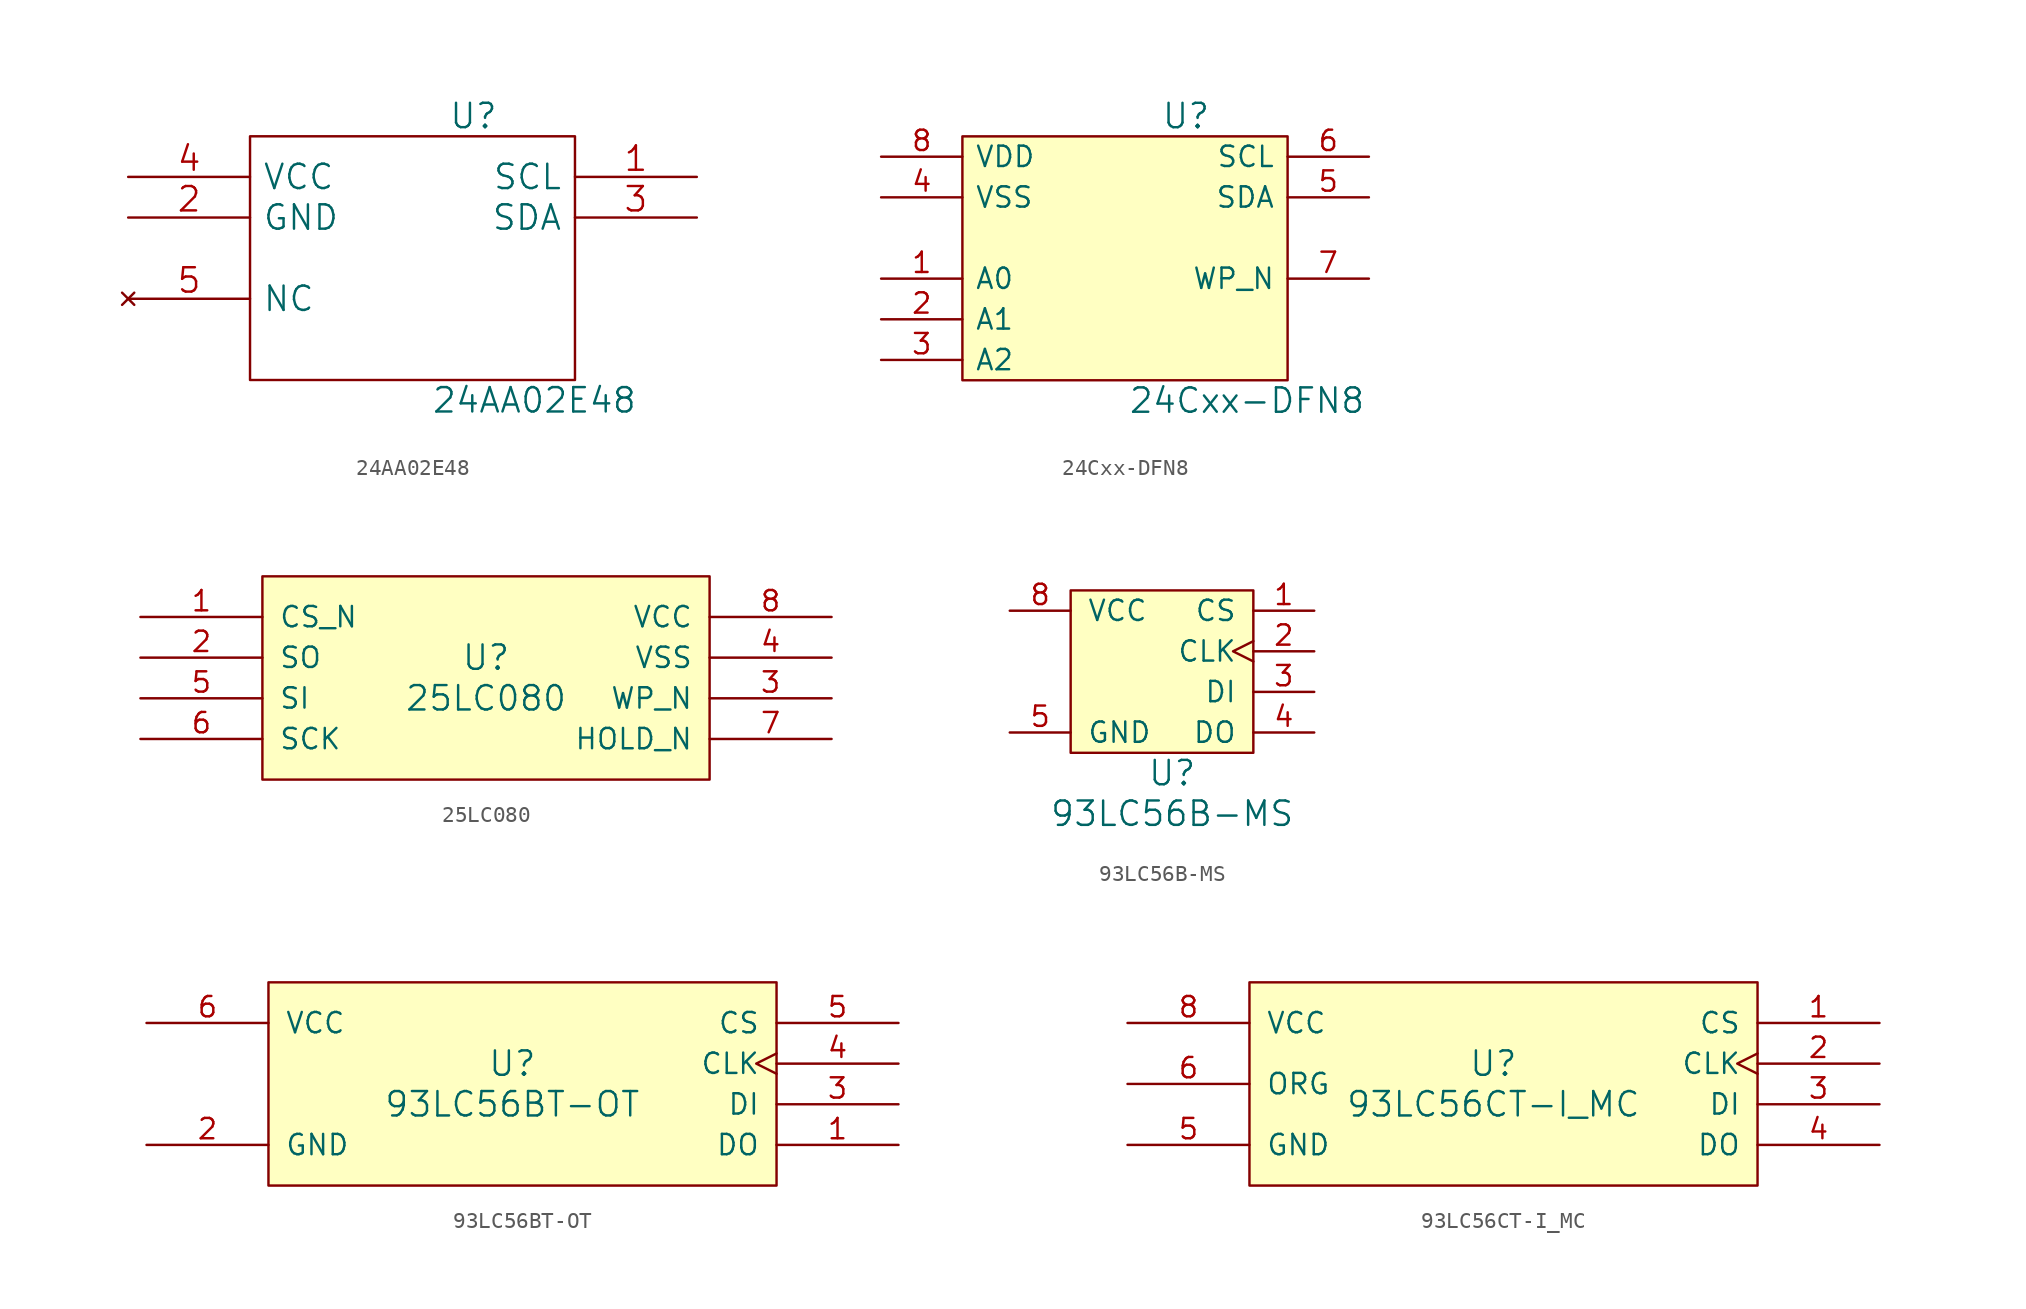
<source format=kicad_sym>
(kicad_symbol_lib
  (version 20211014)
  (generator kicad_symbol_editor)
  (symbol "24AA02E48"
    (pin_names
      (offset 0.762))
    (property "Reference" "U"
      (at 3.81 8.89 0)
      (effects (font (size 1.524 1.524))))
    (property "Value" "24AA02E48"
      (at 7.62 -8.89 0)
      (effects (font (size 1.524 1.524))))
    (property "Footprint" ""
      (at 0 0 0)
      (effects (font (size 1.524 1.524))))
    (property "Datasheet" ""
      (at 0 0 0)
      (effects (font (size 1.524 1.524))))
    (symbol "24AA02E48_0_0"
      (pin power_in line (at -17.78 2.54 0) (length 7.62) (name "GND" (effects (font (size 1.524 1.524)))) (number "2" (effects (font (size 1.524 1.524)))))
      (pin power_in line (at -17.78 5.08 0) (length 7.62) (name "VCC" (effects (font (size 1.524 1.524)))) (number "4" (effects (font (size 1.524 1.524))))))
    (symbol "24AA02E48_1_1"
      (rectangle (start -10.16 -7.62) (end 10.16 7.62) (stroke (width 0) (type default) (color 0 0 0 0)) (fill (type none)))
      (pin input line (at 17.78 5.08 180) (length 7.62) (name "SCL" (effects (font (size 1.524 1.524)))) (number "1" (effects (font (size 1.524 1.524)))))
      (pin bidirectional line (at 17.78 2.54 180) (length 7.62) (name "SDA" (effects (font (size 1.524 1.524)))) (number "3" (effects (font (size 1.524 1.524)))))
      (pin no_connect line (at -17.78 -2.54 0) (length 7.62) (name "NC" (effects (font (size 1.524 1.524)))) (number "5" (effects (font (size 1.524 1.524)))))))
  (symbol "24Cxx-DFN8"
    (pin_names
      (offset 0.762))
    (property "Reference" "U"
      (at 13.97 16.51 0)
      (effects (font (size 1.524 1.524))))
    (property "Value" "24Cxx-DFN8"
      (at 17.78 -1.27 0)
      (effects (font (size 1.524 1.524))))
    (property "Footprint" ""
      (at 10.16 7.62 0)
      (effects (font (size 1.524 1.524))))
    (property "Datasheet" ""
      (at 10.16 7.62 0)
      (effects (font (size 1.524 1.524))))
    (symbol "24Cxx-DFN8_1_1"
      (rectangle (start 0 0) (end 20.32 15.24) (stroke (width 0) (type default) (color 0 0 0 0)) (fill (type background)))
      (pin input line (at -5.08 6.35 0) (length 5.08) (name "A0" (effects (font (size 1.27 1.27)))) (number "1" (effects (font (size 1.27 1.27)))))
      (pin input line (at -5.08 3.81 0) (length 5.08) (name "A1" (effects (font (size 1.27 1.27)))) (number "2" (effects (font (size 1.27 1.27)))))
      (pin input line (at -5.08 1.27 0) (length 5.08) (name "A2" (effects (font (size 1.27 1.27)))) (number "3" (effects (font (size 1.27 1.27)))))
      (pin power_in line (at -5.08 11.43 0) (length 5.08) (name "VSS" (effects (font (size 1.27 1.27)))) (number "4" (effects (font (size 1.27 1.27)))))
      (pin bidirectional line (at 25.4 11.43 180) (length 5.08) (name "SDA" (effects (font (size 1.27 1.27)))) (number "5" (effects (font (size 1.27 1.27)))))
      (pin input line (at 25.4 13.97 180) (length 5.08) (name "SCL" (effects (font (size 1.27 1.27)))) (number "6" (effects (font (size 1.27 1.27)))))
      (pin input line (at 25.4 6.35 180) (length 5.08) (name "WP_N" (effects (font (size 1.27 1.27)))) (number "7" (effects (font (size 1.27 1.27)))))
      (pin power_in line (at -5.08 13.97 0) (length 5.08) (name "VDD" (effects (font (size 1.27 1.27)))) (number "8" (effects (font (size 1.27 1.27)))))))
  (symbol "25LC080"
    (pin_names
      (offset 1.016))
    (property "Reference" "U"
      (at 0 1.27 0)
      (effects (font (size 1.524 1.524))))
    (property "Value" "25LC080"
      (at 0 -1.27 0)
      (effects (font (size 1.524 1.524))))
    (property "Footprint" ""
      (at 0 0 0)
      (effects (font (size 1.524 1.524))))
    (property "Datasheet" ""
      (at 0 0 0)
      (effects (font (size 1.524 1.524))))
    (symbol "25LC080_0_1"
      (rectangle (start -13.97 6.35) (end 13.97 -6.35) (stroke (width 0) (type default) (color 0 0 0 0)) (fill (type background))))
    (symbol "25LC080_1_1"
      (pin input line (at -21.59 3.81 0) (length 7.62) (name "CS_N" (effects (font (size 1.27 1.27)))) (number "1" (effects (font (size 1.27 1.27)))))
      (pin output line (at -21.59 1.27 0) (length 7.62) (name "SO" (effects (font (size 1.27 1.27)))) (number "2" (effects (font (size 1.27 1.27)))))
      (pin input line (at 21.59 -1.27 180) (length 7.62) (name "WP_N" (effects (font (size 1.27 1.27)))) (number "3" (effects (font (size 1.27 1.27)))))
      (pin power_in line (at 21.59 1.27 180) (length 7.62) (name "VSS" (effects (font (size 1.27 1.27)))) (number "4" (effects (font (size 1.27 1.27)))))
      (pin input line (at -21.59 -1.27 0) (length 7.62) (name "SI" (effects (font (size 1.27 1.27)))) (number "5" (effects (font (size 1.27 1.27)))))
      (pin input line (at -21.59 -3.81 0) (length 7.62) (name "SCK" (effects (font (size 1.27 1.27)))) (number "6" (effects (font (size 1.27 1.27)))))
      (pin input line (at 21.59 -3.81 180) (length 7.62) (name "HOLD_N" (effects (font (size 1.27 1.27)))) (number "7" (effects (font (size 1.27 1.27)))))
      (pin power_in line (at 21.59 3.81 180) (length 7.62) (name "VCC" (effects (font (size 1.27 1.27)))) (number "8" (effects (font (size 1.27 1.27)))))))
  (symbol "93LC56B-MS"
    (pin_names
      (offset 1.016))
    (property "Reference" "U"
      (at 6.35 -1.27 0)
      (effects (font (size 1.524 1.524))))
    (property "Value" "93LC56B-MS"
      (at 6.35 -3.81 0)
      (effects (font (size 1.524 1.524))))
    (property "Footprint" ""
      (at 11.43 3.81 0)
      (effects (font (size 1.524 1.524))))
    (property "Datasheet" ""
      (at 11.43 3.81 0)
      (effects (font (size 1.524 1.524))))
    (symbol "93LC56B-MS_0_1"
      (rectangle (start 0 10.16) (end 11.43 0) (stroke (width 0) (type default) (color 0 0 0 0)) (fill (type background))))
    (symbol "93LC56B-MS_1_1"
      (pin input line (at 15.24 8.89 180) (length 3.81) (name "CS" (effects (font (size 1.27 1.27)))) (number "1" (effects (font (size 1.27 1.27)))))
      (pin input clock (at 15.24 6.35 180) (length 3.81) (name "CLK" (effects (font (size 1.27 1.27)))) (number "2" (effects (font (size 1.27 1.27)))))
      (pin input line (at 15.24 3.81 180) (length 3.81) (name "DI" (effects (font (size 1.27 1.27)))) (number "3" (effects (font (size 1.27 1.27)))))
      (pin output line (at 15.24 1.27 180) (length 3.81) (name "DO" (effects (font (size 1.27 1.27)))) (number "4" (effects (font (size 1.27 1.27)))))
      (pin power_in line (at -3.81 1.27 0) (length 3.81) (name "GND" (effects (font (size 1.27 1.27)))) (number "5" (effects (font (size 1.27 1.27)))))
      (pin power_in line (at -3.81 8.89 0) (length 3.81) (name "VCC" (effects (font (size 1.27 1.27)))) (number "8" (effects (font (size 1.27 1.27)))))))
  (symbol "93LC56BT-OT"
    (pin_names
      (offset 1.016))
    (property "Reference" "U"
      (at 0 2.54 0)
      (effects (font (size 1.524 1.524))))
    (property "Value" "93LC56BT-OT"
      (at 0 0 0)
      (effects (font (size 1.524 1.524))))
    (property "Footprint" ""
      (at 0 0 0)
      (effects (font (size 1.524 1.524))))
    (property "Datasheet" ""
      (at 0 0 0)
      (effects (font (size 1.524 1.524))))
    (symbol "93LC56BT-OT_0_1"
      (rectangle (start -15.24 7.62) (end 16.51 -5.08) (stroke (width 0) (type default) (color 0 0 0 0)) (fill (type background))))
    (symbol "93LC56BT-OT_1_1"
      (pin output line (at 24.13 -2.54 180) (length 7.62) (name "DO" (effects (font (size 1.27 1.27)))) (number "1" (effects (font (size 1.27 1.27)))))
      (pin power_in line (at -22.86 -2.54 0) (length 7.62) (name "GND" (effects (font (size 1.27 1.27)))) (number "2" (effects (font (size 1.27 1.27)))))
      (pin input line (at 24.13 0 180) (length 7.62) (name "DI" (effects (font (size 1.27 1.27)))) (number "3" (effects (font (size 1.27 1.27)))))
      (pin input clock (at 24.13 2.54 180) (length 7.62) (name "CLK" (effects (font (size 1.27 1.27)))) (number "4" (effects (font (size 1.27 1.27)))))
      (pin input line (at 24.13 5.08 180) (length 7.62) (name "CS" (effects (font (size 1.27 1.27)))) (number "5" (effects (font (size 1.27 1.27)))))
      (pin power_in line (at -22.86 5.08 0) (length 7.62) (name "VCC" (effects (font (size 1.27 1.27)))) (number "6" (effects (font (size 1.27 1.27)))))))
  (symbol "93LC56CT-I_MC"
    (pin_names
      (offset 1.016))
    (property "Reference" "U"
      (at 0 2.54 0)
      (effects (font (size 1.524 1.524))))
    (property "Value" "93LC56CT-I_MC"
      (at 0 0 0)
      (effects (font (size 1.524 1.524))))
    (property "Footprint" ""
      (at 0 0 0)
      (effects (font (size 1.524 1.524))))
    (property "Datasheet" ""
      (at 0 0 0)
      (effects (font (size 1.524 1.524))))
    (symbol "93LC56CT-I_MC_0_1"
      (rectangle (start -15.24 7.62) (end 16.51 -5.08) (stroke (width 0) (type default) (color 0 0 0 0)) (fill (type background))))
    (symbol "93LC56CT-I_MC_1_1"
      (pin input line (at 24.13 5.08 180) (length 7.62) (name "CS" (effects (font (size 1.27 1.27)))) (number "1" (effects (font (size 1.27 1.27)))))
      (pin input clock (at 24.13 2.54 180) (length 7.62) (name "CLK" (effects (font (size 1.27 1.27)))) (number "2" (effects (font (size 1.27 1.27)))))
      (pin input line (at 24.13 0 180) (length 7.62) (name "DI" (effects (font (size 1.27 1.27)))) (number "3" (effects (font (size 1.27 1.27)))))
      (pin output line (at 24.13 -2.54 180) (length 7.62) (name "DO" (effects (font (size 1.27 1.27)))) (number "4" (effects (font (size 1.27 1.27)))))
      (pin power_in line (at -22.86 -2.54 0) (length 7.62) (name "GND" (effects (font (size 1.27 1.27)))) (number "5" (effects (font (size 1.27 1.27)))))
      (pin input line (at -22.86 1.27 0) (length 7.62) (name "ORG" (effects (font (size 1.27 1.27)))) (number "6" (effects (font (size 1.27 1.27)))))
      (pin power_in line (at -22.86 5.08 0) (length 7.62) (name "VCC" (effects (font (size 1.27 1.27)))) (number "8" (effects (font (size 1.27 1.27))))))))
</source>
